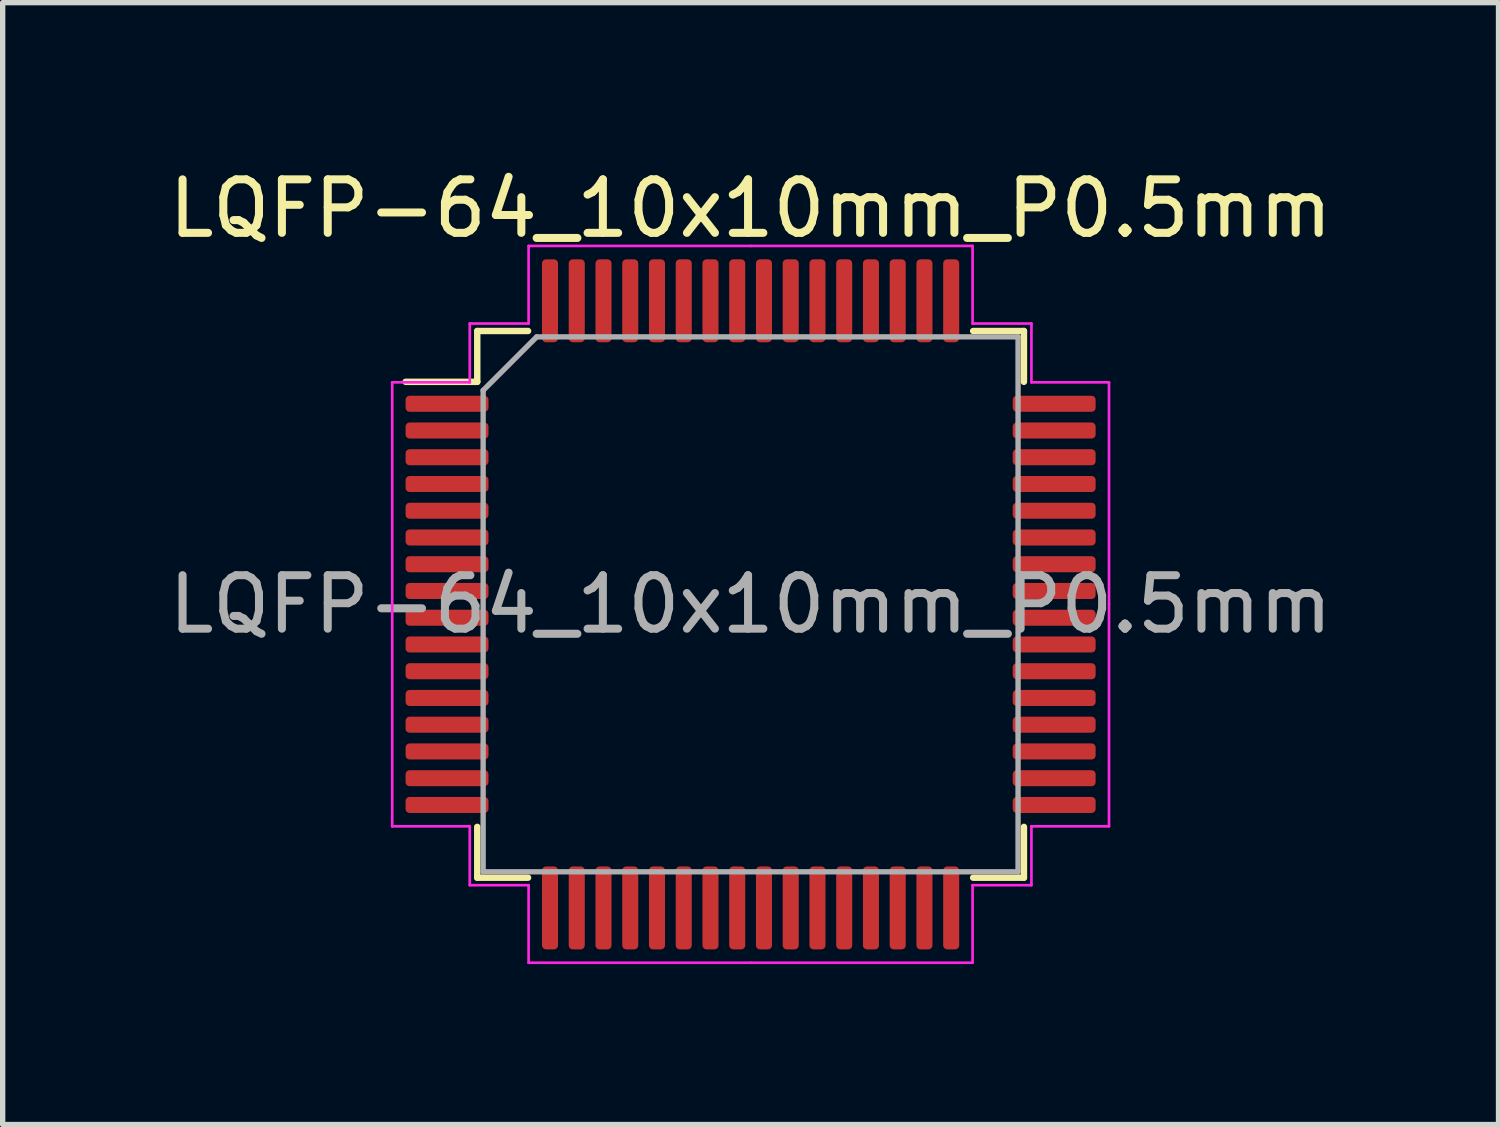
<source format=kicad_pcb>
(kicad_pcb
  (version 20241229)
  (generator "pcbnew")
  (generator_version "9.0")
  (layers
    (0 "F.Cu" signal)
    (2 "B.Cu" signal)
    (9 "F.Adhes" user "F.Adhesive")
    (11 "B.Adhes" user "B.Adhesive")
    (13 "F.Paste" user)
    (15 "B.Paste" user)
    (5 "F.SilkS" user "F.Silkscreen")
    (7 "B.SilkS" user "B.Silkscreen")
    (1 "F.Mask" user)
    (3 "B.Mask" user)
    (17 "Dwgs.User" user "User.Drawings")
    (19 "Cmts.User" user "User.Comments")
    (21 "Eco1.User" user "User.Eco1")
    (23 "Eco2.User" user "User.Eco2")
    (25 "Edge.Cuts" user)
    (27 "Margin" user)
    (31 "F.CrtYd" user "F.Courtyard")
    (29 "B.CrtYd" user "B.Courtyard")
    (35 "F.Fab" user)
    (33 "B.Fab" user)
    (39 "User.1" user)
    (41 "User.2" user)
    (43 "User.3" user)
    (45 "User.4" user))
  (footprint "LQFP-64_10x10mm_P0.5mm"
    (layer "F.Cu")
    (at 10.982 8.248)
    (property "Reference" "LQFP-64_10x10mm_P0.5mm" (at 0 -7.4 0) (layer "F.SilkS") (effects (font (size 1 1) (thickness 0.15))))
    (attr smd)
    (fp_line (start -5.11 -5.11) (end -5.11 -4.16) (stroke (width 0.12) (type solid)) (layer "F.SilkS"))
    (fp_line (start -5.11 -4.16) (end -6.45 -4.16) (stroke (width 0.12) (type solid)) (layer "F.SilkS"))
    (fp_line (start -5.11 5.11) (end -5.11 4.16) (stroke (width 0.12) (type solid)) (layer "F.SilkS"))
    (fp_line (start -4.16 -5.11) (end -5.11 -5.11) (stroke (width 0.12) (type solid)) (layer "F.SilkS"))
    (fp_line (start -4.16 5.11) (end -5.11 5.11) (stroke (width 0.12) (type solid)) (layer "F.SilkS"))
    (fp_line (start 4.16 -5.11) (end 5.11 -5.11) (stroke (width 0.12) (type solid)) (layer "F.SilkS"))
    (fp_line (start 4.16 5.11) (end 5.11 5.11) (stroke (width 0.12) (type solid)) (layer "F.SilkS"))
    (fp_line (start 5.11 -5.11) (end 5.11 -4.16) (stroke (width 0.12) (type solid)) (layer "F.SilkS"))
    (fp_line (start 5.11 5.11) (end 5.11 4.16) (stroke (width 0.12) (type solid)) (layer "F.SilkS"))
    (fp_line (start -6.7 -4.15) (end -6.7 0) (stroke (width 0.05) (type solid)) (layer "F.CrtYd"))
    (fp_line (start -6.7 4.15) (end -6.7 0) (stroke (width 0.05) (type solid)) (layer "F.CrtYd"))
    (fp_line (start -5.25 -5.25) (end -5.25 -4.15) (stroke (width 0.05) (type solid)) (layer "F.CrtYd"))
    (fp_line (start -5.25 -4.15) (end -6.7 -4.15) (stroke (width 0.05) (type solid)) (layer "F.CrtYd"))
    (fp_line (start -5.25 4.15) (end -6.7 4.15) (stroke (width 0.05) (type solid)) (layer "F.CrtYd"))
    (fp_line (start -5.25 5.25) (end -5.25 4.15) (stroke (width 0.05) (type solid)) (layer "F.CrtYd"))
    (fp_line (start -4.15 -6.7) (end -4.15 -5.25) (stroke (width 0.05) (type solid)) (layer "F.CrtYd"))
    (fp_line (start -4.15 -5.25) (end -5.25 -5.25) (stroke (width 0.05) (type solid)) (layer "F.CrtYd"))
    (fp_line (start -4.15 5.25) (end -5.25 5.25) (stroke (width 0.05) (type solid)) (layer "F.CrtYd"))
    (fp_line (start -4.15 6.7) (end -4.15 5.25) (stroke (width 0.05) (type solid)) (layer "F.CrtYd"))
    (fp_line (start 0 -6.7) (end -4.15 -6.7) (stroke (width 0.05) (type solid)) (layer "F.CrtYd"))
    (fp_line (start 0 -6.7) (end 4.15 -6.7) (stroke (width 0.05) (type solid)) (layer "F.CrtYd"))
    (fp_line (start 0 6.7) (end -4.15 6.7) (stroke (width 0.05) (type solid)) (layer "F.CrtYd"))
    (fp_line (start 0 6.7) (end 4.15 6.7) (stroke (width 0.05) (type solid)) (layer "F.CrtYd"))
    (fp_line (start 4.15 -6.7) (end 4.15 -5.25) (stroke (width 0.05) (type solid)) (layer "F.CrtYd"))
    (fp_line (start 4.15 -5.25) (end 5.25 -5.25) (stroke (width 0.05) (type solid)) (layer "F.CrtYd"))
    (fp_line (start 4.15 5.25) (end 5.25 5.25) (stroke (width 0.05) (type solid)) (layer "F.CrtYd"))
    (fp_line (start 4.15 6.7) (end 4.15 5.25) (stroke (width 0.05) (type solid)) (layer "F.CrtYd"))
    (fp_line (start 5.25 -5.25) (end 5.25 -4.15) (stroke (width 0.05) (type solid)) (layer "F.CrtYd"))
    (fp_line (start 5.25 -4.15) (end 6.7 -4.15) (stroke (width 0.05) (type solid)) (layer "F.CrtYd"))
    (fp_line (start 5.25 4.15) (end 6.7 4.15) (stroke (width 0.05) (type solid)) (layer "F.CrtYd"))
    (fp_line (start 5.25 5.25) (end 5.25 4.15) (stroke (width 0.05) (type solid)) (layer "F.CrtYd"))
    (fp_line (start 6.7 -4.15) (end 6.7 0) (stroke (width 0.05) (type solid)) (layer "F.CrtYd"))
    (fp_line (start 6.7 4.15) (end 6.7 0) (stroke (width 0.05) (type solid)) (layer "F.CrtYd"))
    (fp_line (start -5 -4) (end -4 -5) (stroke (width 0.1) (type solid)) (layer "F.Fab"))
    (fp_line (start -5 5) (end -5 -4) (stroke (width 0.1) (type solid)) (layer "F.Fab"))
    (fp_line (start -4 -5) (end 5 -5) (stroke (width 0.1) (type solid)) (layer "F.Fab"))
    (fp_line (start 5 -5) (end 5 5) (stroke (width 0.1) (type solid)) (layer "F.Fab"))
    (fp_line (start 5 5) (end -5 5) (stroke (width 0.1) (type solid)) (layer "F.Fab"))
    (fp_text user "${REFERENCE}" (at 0 0 0) (layer "F.Fab") (effects (font (size 1 1) (thickness 0.15))))
    (pad "1" smd roundrect (at -5.675 -3.75) (size 1.55 0.3) (layers "F.Cu" "F.Mask" "F.Paste") (roundrect_rratio 0.25))
    (pad "2" smd roundrect (at -5.675 -3.25) (size 1.55 0.3) (layers "F.Cu" "F.Mask" "F.Paste") (roundrect_rratio 0.25))
    (pad "3" smd roundrect (at -5.675 -2.75) (size 1.55 0.3) (layers "F.Cu" "F.Mask" "F.Paste") (roundrect_rratio 0.25))
    (pad "4" smd roundrect (at -5.675 -2.25) (size 1.55 0.3) (layers "F.Cu" "F.Mask" "F.Paste") (roundrect_rratio 0.25))
    (pad "5" smd roundrect (at -5.675 -1.75) (size 1.55 0.3) (layers "F.Cu" "F.Mask" "F.Paste") (roundrect_rratio 0.25))
    (pad "6" smd roundrect (at -5.675 -1.25) (size 1.55 0.3) (layers "F.Cu" "F.Mask" "F.Paste") (roundrect_rratio 0.25))
    (pad "7" smd roundrect (at -5.675 -0.75) (size 1.55 0.3) (layers "F.Cu" "F.Mask" "F.Paste") (roundrect_rratio 0.25))
    (pad "8" smd roundrect (at -5.675 -0.25) (size 1.55 0.3) (layers "F.Cu" "F.Mask" "F.Paste") (roundrect_rratio 0.25))
    (pad "9" smd roundrect (at -5.675 0.25) (size 1.55 0.3) (layers "F.Cu" "F.Mask" "F.Paste") (roundrect_rratio 0.25))
    (pad "10" smd roundrect (at -5.675 0.75) (size 1.55 0.3) (layers "F.Cu" "F.Mask" "F.Paste") (roundrect_rratio 0.25))
    (pad "11" smd roundrect (at -5.675 1.25) (size 1.55 0.3) (layers "F.Cu" "F.Mask" "F.Paste") (roundrect_rratio 0.25))
    (pad "12" smd roundrect (at -5.675 1.75) (size 1.55 0.3) (layers "F.Cu" "F.Mask" "F.Paste") (roundrect_rratio 0.25))
    (pad "13" smd roundrect (at -5.675 2.25) (size 1.55 0.3) (layers "F.Cu" "F.Mask" "F.Paste") (roundrect_rratio 0.25))
    (pad "14" smd roundrect (at -5.675 2.75) (size 1.55 0.3) (layers "F.Cu" "F.Mask" "F.Paste") (roundrect_rratio 0.25))
    (pad "15" smd roundrect (at -5.675 3.25) (size 1.55 0.3) (layers "F.Cu" "F.Mask" "F.Paste") (roundrect_rratio 0.25))
    (pad "16" smd roundrect (at -5.675 3.75) (size 1.55 0.3) (layers "F.Cu" "F.Mask" "F.Paste") (roundrect_rratio 0.25))
    (pad "17" smd roundrect (at -3.75 5.675) (size 0.3 1.55) (layers "F.Cu" "F.Mask" "F.Paste") (roundrect_rratio 0.25))
    (pad "18" smd roundrect (at -3.25 5.675) (size 0.3 1.55) (layers "F.Cu" "F.Mask" "F.Paste") (roundrect_rratio 0.25))
    (pad "19" smd roundrect (at -2.75 5.675) (size 0.3 1.55) (layers "F.Cu" "F.Mask" "F.Paste") (roundrect_rratio 0.25))
    (pad "20" smd roundrect (at -2.25 5.675) (size 0.3 1.55) (layers "F.Cu" "F.Mask" "F.Paste") (roundrect_rratio 0.25))
    (pad "21" smd roundrect (at -1.75 5.675) (size 0.3 1.55) (layers "F.Cu" "F.Mask" "F.Paste") (roundrect_rratio 0.25))
    (pad "22" smd roundrect (at -1.25 5.675) (size 0.3 1.55) (layers "F.Cu" "F.Mask" "F.Paste") (roundrect_rratio 0.25))
    (pad "23" smd roundrect (at -0.75 5.675) (size 0.3 1.55) (layers "F.Cu" "F.Mask" "F.Paste") (roundrect_rratio 0.25))
    (pad "24" smd roundrect (at -0.25 5.675) (size 0.3 1.55) (layers "F.Cu" "F.Mask" "F.Paste") (roundrect_rratio 0.25))
    (pad "25" smd roundrect (at 0.25 5.675) (size 0.3 1.55) (layers "F.Cu" "F.Mask" "F.Paste") (roundrect_rratio 0.25))
    (pad "26" smd roundrect (at 0.75 5.675) (size 0.3 1.55) (layers "F.Cu" "F.Mask" "F.Paste") (roundrect_rratio 0.25))
    (pad "27" smd roundrect (at 1.25 5.675) (size 0.3 1.55) (layers "F.Cu" "F.Mask" "F.Paste") (roundrect_rratio 0.25))
    (pad "28" smd roundrect (at 1.75 5.675) (size 0.3 1.55) (layers "F.Cu" "F.Mask" "F.Paste") (roundrect_rratio 0.25))
    (pad "29" smd roundrect (at 2.25 5.675) (size 0.3 1.55) (layers "F.Cu" "F.Mask" "F.Paste") (roundrect_rratio 0.25))
    (pad "30" smd roundrect (at 2.75 5.675) (size 0.3 1.55) (layers "F.Cu" "F.Mask" "F.Paste") (roundrect_rratio 0.25))
    (pad "31" smd roundrect (at 3.25 5.675) (size 0.3 1.55) (layers "F.Cu" "F.Mask" "F.Paste") (roundrect_rratio 0.25))
    (pad "32" smd roundrect (at 3.75 5.675) (size 0.3 1.55) (layers "F.Cu" "F.Mask" "F.Paste") (roundrect_rratio 0.25))
    (pad "33" smd roundrect (at 5.675 3.75) (size 1.55 0.3) (layers "F.Cu" "F.Mask" "F.Paste") (roundrect_rratio 0.25))
    (pad "34" smd roundrect (at 5.675 3.25) (size 1.55 0.3) (layers "F.Cu" "F.Mask" "F.Paste") (roundrect_rratio 0.25))
    (pad "35" smd roundrect (at 5.675 2.75) (size 1.55 0.3) (layers "F.Cu" "F.Mask" "F.Paste") (roundrect_rratio 0.25))
    (pad "36" smd roundrect (at 5.675 2.25) (size 1.55 0.3) (layers "F.Cu" "F.Mask" "F.Paste") (roundrect_rratio 0.25))
    (pad "37" smd roundrect (at 5.675 1.75) (size 1.55 0.3) (layers "F.Cu" "F.Mask" "F.Paste") (roundrect_rratio 0.25))
    (pad "38" smd roundrect (at 5.675 1.25) (size 1.55 0.3) (layers "F.Cu" "F.Mask" "F.Paste") (roundrect_rratio 0.25))
    (pad "39" smd roundrect (at 5.675 0.75) (size 1.55 0.3) (layers "F.Cu" "F.Mask" "F.Paste") (roundrect_rratio 0.25))
    (pad "40" smd roundrect (at 5.675 0.25) (size 1.55 0.3) (layers "F.Cu" "F.Mask" "F.Paste") (roundrect_rratio 0.25))
    (pad "41" smd roundrect (at 5.675 -0.25) (size 1.55 0.3) (layers "F.Cu" "F.Mask" "F.Paste") (roundrect_rratio 0.25))
    (pad "42" smd roundrect (at 5.675 -0.75) (size 1.55 0.3) (layers "F.Cu" "F.Mask" "F.Paste") (roundrect_rratio 0.25))
    (pad "43" smd roundrect (at 5.675 -1.25) (size 1.55 0.3) (layers "F.Cu" "F.Mask" "F.Paste") (roundrect_rratio 0.25))
    (pad "44" smd roundrect (at 5.675 -1.75) (size 1.55 0.3) (layers "F.Cu" "F.Mask" "F.Paste") (roundrect_rratio 0.25))
    (pad "45" smd roundrect (at 5.675 -2.25) (size 1.55 0.3) (layers "F.Cu" "F.Mask" "F.Paste") (roundrect_rratio 0.25))
    (pad "46" smd roundrect (at 5.675 -2.75) (size 1.55 0.3) (layers "F.Cu" "F.Mask" "F.Paste") (roundrect_rratio 0.25))
    (pad "47" smd roundrect (at 5.675 -3.25) (size 1.55 0.3) (layers "F.Cu" "F.Mask" "F.Paste") (roundrect_rratio 0.25))
    (pad "48" smd roundrect (at 5.675 -3.75) (size 1.55 0.3) (layers "F.Cu" "F.Mask" "F.Paste") (roundrect_rratio 0.25))
    (pad "49" smd roundrect (at 3.75 -5.675) (size 0.3 1.55) (layers "F.Cu" "F.Mask" "F.Paste") (roundrect_rratio 0.25))
    (pad "50" smd roundrect (at 3.25 -5.675) (size 0.3 1.55) (layers "F.Cu" "F.Mask" "F.Paste") (roundrect_rratio 0.25))
    (pad "51" smd roundrect (at 2.75 -5.675) (size 0.3 1.55) (layers "F.Cu" "F.Mask" "F.Paste") (roundrect_rratio 0.25))
    (pad "52" smd roundrect (at 2.25 -5.675) (size 0.3 1.55) (layers "F.Cu" "F.Mask" "F.Paste") (roundrect_rratio 0.25))
    (pad "53" smd roundrect (at 1.75 -5.675) (size 0.3 1.55) (layers "F.Cu" "F.Mask" "F.Paste") (roundrect_rratio 0.25))
    (pad "54" smd roundrect (at 1.25 -5.675) (size 0.3 1.55) (layers "F.Cu" "F.Mask" "F.Paste") (roundrect_rratio 0.25))
    (pad "55" smd roundrect (at 0.75 -5.675) (size 0.3 1.55) (layers "F.Cu" "F.Mask" "F.Paste") (roundrect_rratio 0.25))
    (pad "56" smd roundrect (at 0.25 -5.675) (size 0.3 1.55) (layers "F.Cu" "F.Mask" "F.Paste") (roundrect_rratio 0.25))
    (pad "57" smd roundrect (at -0.25 -5.675) (size 0.3 1.55) (layers "F.Cu" "F.Mask" "F.Paste") (roundrect_rratio 0.25))
    (pad "58" smd roundrect (at -0.75 -5.675) (size 0.3 1.55) (layers "F.Cu" "F.Mask" "F.Paste") (roundrect_rratio 0.25))
    (pad "59" smd roundrect (at -1.25 -5.675) (size 0.3 1.55) (layers "F.Cu" "F.Mask" "F.Paste") (roundrect_rratio 0.25))
    (pad "60" smd roundrect (at -1.75 -5.675) (size 0.3 1.55) (layers "F.Cu" "F.Mask" "F.Paste") (roundrect_rratio 0.25))
    (pad "61" smd roundrect (at -2.25 -5.675) (size 0.3 1.55) (layers "F.Cu" "F.Mask" "F.Paste") (roundrect_rratio 0.25))
    (pad "62" smd roundrect (at -2.75 -5.675) (size 0.3 1.55) (layers "F.Cu" "F.Mask" "F.Paste") (roundrect_rratio 0.25))
    (pad "63" smd roundrect (at -3.25 -5.675) (size 0.3 1.55) (layers "F.Cu" "F.Mask" "F.Paste") (roundrect_rratio 0.25))
    (pad "64" smd roundrect (at -3.75 -5.675) (size 0.3 1.55) (layers "F.Cu" "F.Mask" "F.Paste") (roundrect_rratio 0.25)))
  (gr_rect
    (start -3 -3)
    (end 24.964 17.973)
    (stroke (width 0.1) (type default))
    (fill no)
    (layer "Edge.Cuts")))
</source>
